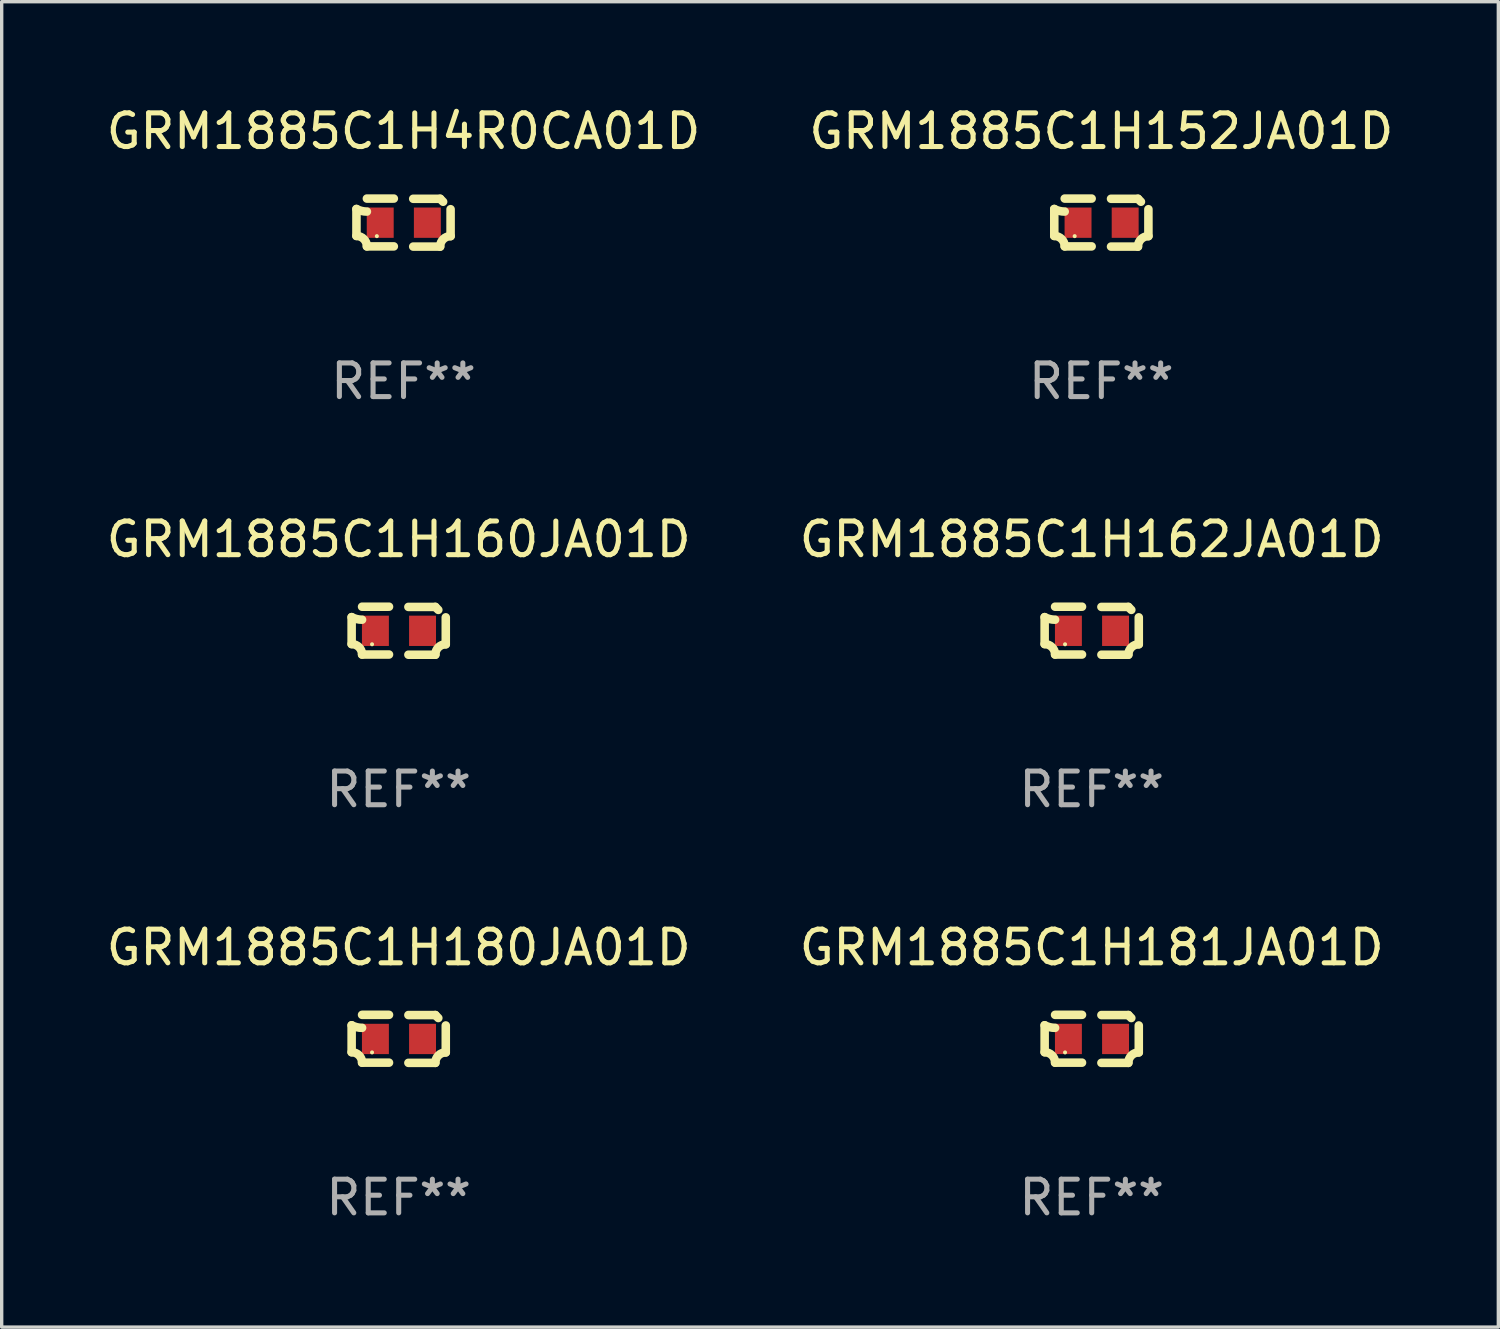
<source format=kicad_pcb>
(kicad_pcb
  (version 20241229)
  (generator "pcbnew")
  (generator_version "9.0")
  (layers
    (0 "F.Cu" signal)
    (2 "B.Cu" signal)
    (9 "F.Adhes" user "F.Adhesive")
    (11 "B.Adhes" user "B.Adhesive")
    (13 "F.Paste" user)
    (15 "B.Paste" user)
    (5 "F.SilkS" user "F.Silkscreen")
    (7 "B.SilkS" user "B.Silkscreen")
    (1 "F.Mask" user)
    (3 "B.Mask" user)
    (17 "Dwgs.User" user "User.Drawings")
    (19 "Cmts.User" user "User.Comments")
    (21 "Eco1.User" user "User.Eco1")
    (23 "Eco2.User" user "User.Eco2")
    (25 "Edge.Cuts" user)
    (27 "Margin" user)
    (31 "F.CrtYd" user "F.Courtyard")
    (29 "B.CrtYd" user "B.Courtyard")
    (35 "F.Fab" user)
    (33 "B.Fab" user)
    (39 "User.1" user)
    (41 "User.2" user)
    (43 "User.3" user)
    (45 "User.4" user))
  (footprint "GRM1885C1H162JA01D"
    (layer "F.Cu")
    (at 29.375 15.683)
    (property "Reference" "GRM1885C1H162JA01D" (at 0 -2.713 0) (layer "F.SilkS") (effects (font (size 1 1) (thickness 0.15))))
    (attr through_hole)
    (fp_line (start -1.398 -0.403) (end -1.398 0.397) (stroke (width 0.254) (type solid)) (layer "F.SilkS"))
    (fp_line (start -0.288 -0.713) (end -1.088 -0.713) (stroke (width 0.254) (type solid)) (layer "F.SilkS"))
    (fp_line (start -0.288 0.707) (end -1.088 0.707) (stroke (width 0.254) (type solid)) (layer "F.SilkS"))
    (fp_line (start 0.288 -0.707) (end 1.088 -0.707) (stroke (width 0.254) (type solid)) (layer "F.SilkS"))
    (fp_line (start 0.288 0.713) (end 1.088 0.713) (stroke (width 0.254) (type solid)) (layer "F.SilkS"))
    (fp_line (start 1.398 -0.397) (end 1.398 0.403) (stroke (width 0.254) (type solid)) (layer "F.SilkS"))
    (fp_arc (start -1.397789 0.397066) (mid -1.178701 0.487826) (end -1.08796 0.706922) (stroke (width 0.254001) (type solid)) (layer "F.SilkS"))
    (fp_arc (start -1.08796 -0.327176) (mid -1.247436 -0.346384) (end -1.39779 -0.402908) (stroke (width 0.254001) (type solid)) (layer "F.SilkS"))
    (fp_arc (start 1.087909 0.712738) (mid 1.178656 0.493655) (end 1.397739 0.402908) (stroke (width 0.254001) (type solid)) (layer "F.SilkS"))
    (fp_arc (start 1.175925 -0.618926) (mid 1.131917 -0.662923) (end 1.08791 -0.706922) (stroke (width 0.254001) (type solid)) (layer "F.SilkS"))
    (fp_circle (center -0.792 0.403) (end -0.762 0.403) (stroke (width 0.06) (type solid)) (fill no) (layer "F.SilkS"))
    (fp_text user "REF**" (at 0 4.713 0) (layer "F.Fab") (effects (font (size 1 1) (thickness 0.15))))
    (pad "1" smd rect (at -0.692 0.003) (size 0.8 0.9) (layers "F.Cu" "F.Mask" "F.Paste"))
    (pad "2" smd rect (at 0.708 0.003) (size 0.8 0.9) (layers "F.Cu" "F.Mask" "F.Paste")))
  (footprint "GRM1885C1H152JA01D"
    (layer "F.Cu")
    (at 29.661 3.561)
    (property "Reference" "GRM1885C1H152JA01D" (at 0 -2.713 0) (layer "F.SilkS") (effects (font (size 1 1) (thickness 0.15))))
    (attr through_hole)
    (fp_line (start -1.398 -0.403) (end -1.398 0.397) (stroke (width 0.254) (type solid)) (layer "F.SilkS"))
    (fp_line (start -0.288 -0.713) (end -1.088 -0.713) (stroke (width 0.254) (type solid)) (layer "F.SilkS"))
    (fp_line (start -0.288 0.707) (end -1.088 0.707) (stroke (width 0.254) (type solid)) (layer "F.SilkS"))
    (fp_line (start 0.288 -0.707) (end 1.088 -0.707) (stroke (width 0.254) (type solid)) (layer "F.SilkS"))
    (fp_line (start 0.288 0.713) (end 1.088 0.713) (stroke (width 0.254) (type solid)) (layer "F.SilkS"))
    (fp_line (start 1.398 -0.397) (end 1.398 0.403) (stroke (width 0.254) (type solid)) (layer "F.SilkS"))
    (fp_arc (start -1.397789 0.397066) (mid -1.178701 0.487826) (end -1.08796 0.706922) (stroke (width 0.254001) (type solid)) (layer "F.SilkS"))
    (fp_arc (start -1.08796 -0.327176) (mid -1.247436 -0.346384) (end -1.39779 -0.402908) (stroke (width 0.254001) (type solid)) (layer "F.SilkS"))
    (fp_arc (start 1.087909 0.712738) (mid 1.178656 0.493655) (end 1.397739 0.402908) (stroke (width 0.254001) (type solid)) (layer "F.SilkS"))
    (fp_arc (start 1.175925 -0.618926) (mid 1.131917 -0.662923) (end 1.08791 -0.706922) (stroke (width 0.254001) (type solid)) (layer "F.SilkS"))
    (fp_circle (center -0.792 0.403) (end -0.762 0.403) (stroke (width 0.06) (type solid)) (fill no) (layer "F.SilkS"))
    (fp_text user "REF**" (at 0 4.713 0) (layer "F.Fab") (effects (font (size 1 1) (thickness 0.15))))
    (pad "1" smd rect (at -0.692 0.003) (size 0.8 0.9) (layers "F.Cu" "F.Mask" "F.Paste"))
    (pad "2" smd rect (at 0.708 0.003) (size 0.8 0.9) (layers "F.Cu" "F.Mask" "F.Paste")))
  (footprint "GRM1885C1H180JA01D"
    (layer "F.Cu")
    (at 8.792 27.805)
    (property "Reference" "GRM1885C1H180JA01D" (at 0 -2.713 0) (layer "F.SilkS") (effects (font (size 1 1) (thickness 0.15))))
    (attr through_hole)
    (fp_line (start -1.398 -0.403) (end -1.398 0.397) (stroke (width 0.254) (type solid)) (layer "F.SilkS"))
    (fp_line (start -0.288 -0.713) (end -1.088 -0.713) (stroke (width 0.254) (type solid)) (layer "F.SilkS"))
    (fp_line (start -0.288 0.707) (end -1.088 0.707) (stroke (width 0.254) (type solid)) (layer "F.SilkS"))
    (fp_line (start 0.288 -0.707) (end 1.088 -0.707) (stroke (width 0.254) (type solid)) (layer "F.SilkS"))
    (fp_line (start 0.288 0.713) (end 1.088 0.713) (stroke (width 0.254) (type solid)) (layer "F.SilkS"))
    (fp_line (start 1.398 -0.397) (end 1.398 0.403) (stroke (width 0.254) (type solid)) (layer "F.SilkS"))
    (fp_arc (start -1.397789 0.397066) (mid -1.178701 0.487826) (end -1.08796 0.706922) (stroke (width 0.254001) (type solid)) (layer "F.SilkS"))
    (fp_arc (start -1.08796 -0.327176) (mid -1.247436 -0.346384) (end -1.39779 -0.402908) (stroke (width 0.254001) (type solid)) (layer "F.SilkS"))
    (fp_arc (start 1.087909 0.712738) (mid 1.178656 0.493655) (end 1.397739 0.402908) (stroke (width 0.254001) (type solid)) (layer "F.SilkS"))
    (fp_arc (start 1.175925 -0.618926) (mid 1.131917 -0.662923) (end 1.08791 -0.706922) (stroke (width 0.254001) (type solid)) (layer "F.SilkS"))
    (fp_circle (center -0.792 0.403) (end -0.762 0.403) (stroke (width 0.06) (type solid)) (fill no) (layer "F.SilkS"))
    (fp_text user "REF**" (at 0 4.713 0) (layer "F.Fab") (effects (font (size 1 1) (thickness 0.15))))
    (pad "1" smd rect (at -0.692 0.003) (size 0.8 0.9) (layers "F.Cu" "F.Mask" "F.Paste"))
    (pad "2" smd rect (at 0.708 0.003) (size 0.8 0.9) (layers "F.Cu" "F.Mask" "F.Paste")))
  (footprint "GRM1885C1H160JA01D"
    (layer "F.Cu")
    (at 8.792 15.683)
    (property "Reference" "GRM1885C1H160JA01D" (at 0 -2.713 0) (layer "F.SilkS") (effects (font (size 1 1) (thickness 0.15))))
    (attr through_hole)
    (fp_line (start -1.398 -0.403) (end -1.398 0.397) (stroke (width 0.254) (type solid)) (layer "F.SilkS"))
    (fp_line (start -0.288 -0.713) (end -1.088 -0.713) (stroke (width 0.254) (type solid)) (layer "F.SilkS"))
    (fp_line (start -0.288 0.707) (end -1.088 0.707) (stroke (width 0.254) (type solid)) (layer "F.SilkS"))
    (fp_line (start 0.288 -0.707) (end 1.088 -0.707) (stroke (width 0.254) (type solid)) (layer "F.SilkS"))
    (fp_line (start 0.288 0.713) (end 1.088 0.713) (stroke (width 0.254) (type solid)) (layer "F.SilkS"))
    (fp_line (start 1.398 -0.397) (end 1.398 0.403) (stroke (width 0.254) (type solid)) (layer "F.SilkS"))
    (fp_arc (start -1.397789 0.397066) (mid -1.178701 0.487826) (end -1.08796 0.706922) (stroke (width 0.254001) (type solid)) (layer "F.SilkS"))
    (fp_arc (start -1.08796 -0.327176) (mid -1.247436 -0.346384) (end -1.39779 -0.402908) (stroke (width 0.254001) (type solid)) (layer "F.SilkS"))
    (fp_arc (start 1.087909 0.712738) (mid 1.178656 0.493655) (end 1.397739 0.402908) (stroke (width 0.254001) (type solid)) (layer "F.SilkS"))
    (fp_arc (start 1.175925 -0.618926) (mid 1.131917 -0.662923) (end 1.08791 -0.706922) (stroke (width 0.254001) (type solid)) (layer "F.SilkS"))
    (fp_circle (center -0.792 0.403) (end -0.762 0.403) (stroke (width 0.06) (type solid)) (fill no) (layer "F.SilkS"))
    (fp_text user "REF**" (at 0 4.713 0) (layer "F.Fab") (effects (font (size 1 1) (thickness 0.15))))
    (pad "1" smd rect (at -0.692 0.003) (size 0.8 0.9) (layers "F.Cu" "F.Mask" "F.Paste"))
    (pad "2" smd rect (at 0.708 0.003) (size 0.8 0.9) (layers "F.Cu" "F.Mask" "F.Paste")))
  (footprint "GRM1885C1H4R0CA01D"
    (layer "F.Cu")
    (at 8.935 3.561)
    (property "Reference" "GRM1885C1H4R0CA01D" (at 0 -2.713 0) (layer "F.SilkS") (effects (font (size 1 1) (thickness 0.15))))
    (attr through_hole)
    (fp_line (start -1.398 -0.403) (end -1.398 0.397) (stroke (width 0.254) (type solid)) (layer "F.SilkS"))
    (fp_line (start -0.288 -0.713) (end -1.088 -0.713) (stroke (width 0.254) (type solid)) (layer "F.SilkS"))
    (fp_line (start -0.288 0.707) (end -1.088 0.707) (stroke (width 0.254) (type solid)) (layer "F.SilkS"))
    (fp_line (start 0.288 -0.707) (end 1.088 -0.707) (stroke (width 0.254) (type solid)) (layer "F.SilkS"))
    (fp_line (start 0.288 0.713) (end 1.088 0.713) (stroke (width 0.254) (type solid)) (layer "F.SilkS"))
    (fp_line (start 1.398 -0.397) (end 1.398 0.403) (stroke (width 0.254) (type solid)) (layer "F.SilkS"))
    (fp_arc (start -1.397789 0.397066) (mid -1.178701 0.487826) (end -1.08796 0.706922) (stroke (width 0.254001) (type solid)) (layer "F.SilkS"))
    (fp_arc (start -1.08796 -0.327176) (mid -1.247436 -0.346384) (end -1.39779 -0.402908) (stroke (width 0.254001) (type solid)) (layer "F.SilkS"))
    (fp_arc (start 1.087909 0.712738) (mid 1.178656 0.493655) (end 1.397739 0.402908) (stroke (width 0.254001) (type solid)) (layer "F.SilkS"))
    (fp_arc (start 1.175925 -0.618926) (mid 1.131917 -0.662923) (end 1.08791 -0.706922) (stroke (width 0.254001) (type solid)) (layer "F.SilkS"))
    (fp_circle (center -0.792 0.403) (end -0.762 0.403) (stroke (width 0.06) (type solid)) (fill no) (layer "F.SilkS"))
    (fp_text user "REF**" (at 0 4.713 0) (layer "F.Fab") (effects (font (size 1 1) (thickness 0.15))))
    (pad "1" smd rect (at -0.692 0.003) (size 0.8 0.9) (layers "F.Cu" "F.Mask" "F.Paste"))
    (pad "2" smd rect (at 0.708 0.003) (size 0.8 0.9) (layers "F.Cu" "F.Mask" "F.Paste")))
  (footprint "GRM1885C1H181JA01D"
    (layer "F.Cu")
    (at 29.375 27.805)
    (property "Reference" "GRM1885C1H181JA01D" (at 0 -2.713 0) (layer "F.SilkS") (effects (font (size 1 1) (thickness 0.15))))
    (attr through_hole)
    (fp_line (start -1.398 -0.403) (end -1.398 0.397) (stroke (width 0.254) (type solid)) (layer "F.SilkS"))
    (fp_line (start -0.288 -0.713) (end -1.088 -0.713) (stroke (width 0.254) (type solid)) (layer "F.SilkS"))
    (fp_line (start -0.288 0.707) (end -1.088 0.707) (stroke (width 0.254) (type solid)) (layer "F.SilkS"))
    (fp_line (start 0.288 -0.707) (end 1.088 -0.707) (stroke (width 0.254) (type solid)) (layer "F.SilkS"))
    (fp_line (start 0.288 0.713) (end 1.088 0.713) (stroke (width 0.254) (type solid)) (layer "F.SilkS"))
    (fp_line (start 1.398 -0.397) (end 1.398 0.403) (stroke (width 0.254) (type solid)) (layer "F.SilkS"))
    (fp_arc (start -1.397789 0.397066) (mid -1.178701 0.487826) (end -1.08796 0.706922) (stroke (width 0.254001) (type solid)) (layer "F.SilkS"))
    (fp_arc (start -1.08796 -0.327176) (mid -1.247436 -0.346384) (end -1.39779 -0.402908) (stroke (width 0.254001) (type solid)) (layer "F.SilkS"))
    (fp_arc (start 1.087909 0.712738) (mid 1.178656 0.493655) (end 1.397739 0.402908) (stroke (width 0.254001) (type solid)) (layer "F.SilkS"))
    (fp_arc (start 1.175925 -0.618926) (mid 1.131917 -0.662923) (end 1.08791 -0.706922) (stroke (width 0.254001) (type solid)) (layer "F.SilkS"))
    (fp_circle (center -0.792 0.403) (end -0.762 0.403) (stroke (width 0.06) (type solid)) (fill no) (layer "F.SilkS"))
    (fp_text user "REF**" (at 0 4.713 0) (layer "F.Fab") (effects (font (size 1 1) (thickness 0.15))))
    (pad "1" smd rect (at -0.692 0.003) (size 0.8 0.9) (layers "F.Cu" "F.Mask" "F.Paste"))
    (pad "2" smd rect (at 0.708 0.003) (size 0.8 0.9) (layers "F.Cu" "F.Mask" "F.Paste")))
  (gr_rect
    (start -3 -3)
    (end 41.452 36.366)
    (stroke (width 0.1) (type default))
    (fill no)
    (layer "Edge.Cuts")))
</source>
